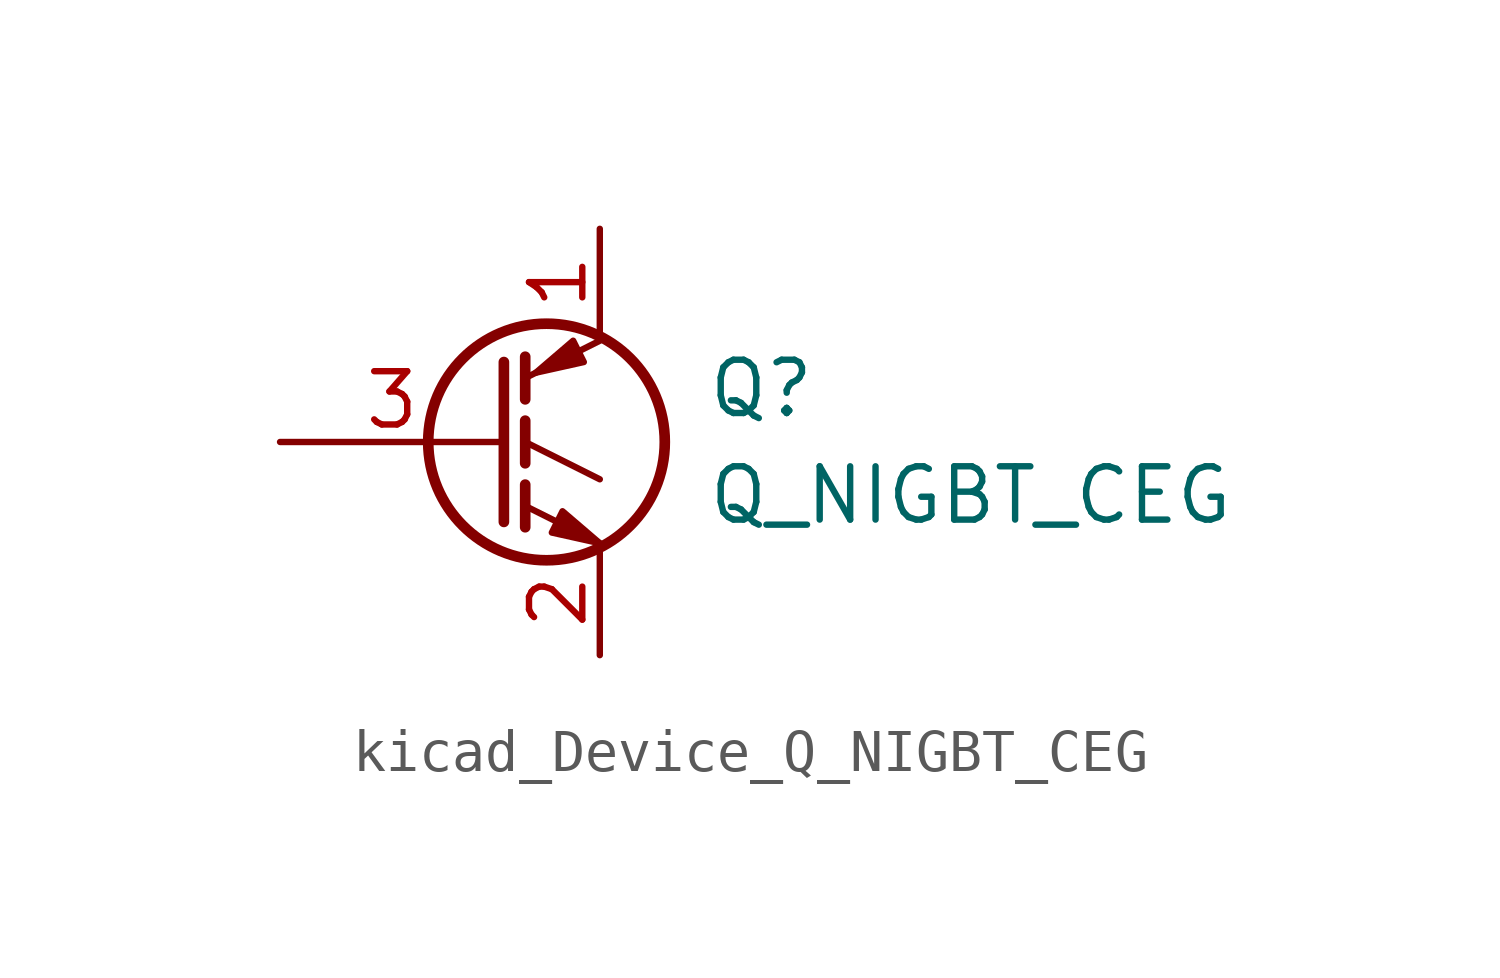
<source format=kicad_sym>
(kicad_symbol_lib
  (version 20220914)
  (generator kicad_symbol_editor)
  (symbol "kicad_Device_Q_NIGBT_CEG"
    (pin_names
      (offset 0) hide)
    (property "Reference" "Q"
      (at 5.08 1.27 0)
      (effects (font (size 1.27 1.27)) (justify left)))
    (property "Value" "Q_NIGBT_CEG"
      (at 5.08 -1.27 0)
      (effects (font (size 1.27 1.27)) (justify left)))
    (symbol "kicad_Device_Q_NIGBT_CEG_0_1"
      (polyline (pts (xy 0.762 -1.016) (xy 0.762 -2.032)) (stroke (width 0.254) (type default)) (fill (type none)))
      (polyline (pts (xy 0.762 0.508) (xy 0.762 -0.508)) (stroke (width 0.254) (type default)) (fill (type none)))
      (polyline (pts (xy 0.762 2.032) (xy 0.762 1.016)) (stroke (width 0.254) (type default)) (fill (type none)))
      (polyline (pts (xy 2.54 -2.413) (xy 0.762 -1.524)) (stroke (width 0) (type default)) (fill (type none)))
      (polyline (pts (xy 2.54 -0.889) (xy 0.762 0)) (stroke (width 0) (type default)) (fill (type none)))
      (polyline (pts (xy 2.54 2.413) (xy 0.762 1.524)) (stroke (width 0) (type default)) (fill (type none)))
      (polyline (pts (xy 0.254 1.905) (xy 0.254 -1.905) (xy 0.254 -1.905)) (stroke (width 0.254) (type default)) (fill (type none)))
      (polyline (pts (xy 1.397 -2.159) (xy 1.651 -1.651) (xy 2.54 -2.413) (xy 1.397 -2.159)) (stroke (width 0) (type default)) (fill (type outline)))
      (polyline (pts (xy 2.159 1.905) (xy 1.905 2.413) (xy 1.016 1.651) (xy 2.159 1.905)) (stroke (width 0) (type default)) (fill (type outline)))
      (circle (center 1.27 0) (radius 2.819) (stroke (width 0.254) (type default)) (fill (type none))))
    (symbol "kicad_Device_Q_NIGBT_CEG_1_1"
      (pin passive line (at 2.54 5.08 270) (length 2.54) (name "C" (effects (font (size 1.27 1.27)))) (number "1" (effects (font (size 1.27 1.27)))))
      (pin passive line (at 2.54 -5.08 90) (length 2.54) (name "E" (effects (font (size 1.27 1.27)))) (number "2" (effects (font (size 1.27 1.27)))))
      (pin input line (at -5.08 0 0) (length 5.334) (name "G" (effects (font (size 1.27 1.27)))) (number "3" (effects (font (size 1.27 1.27))))))))
</source>
